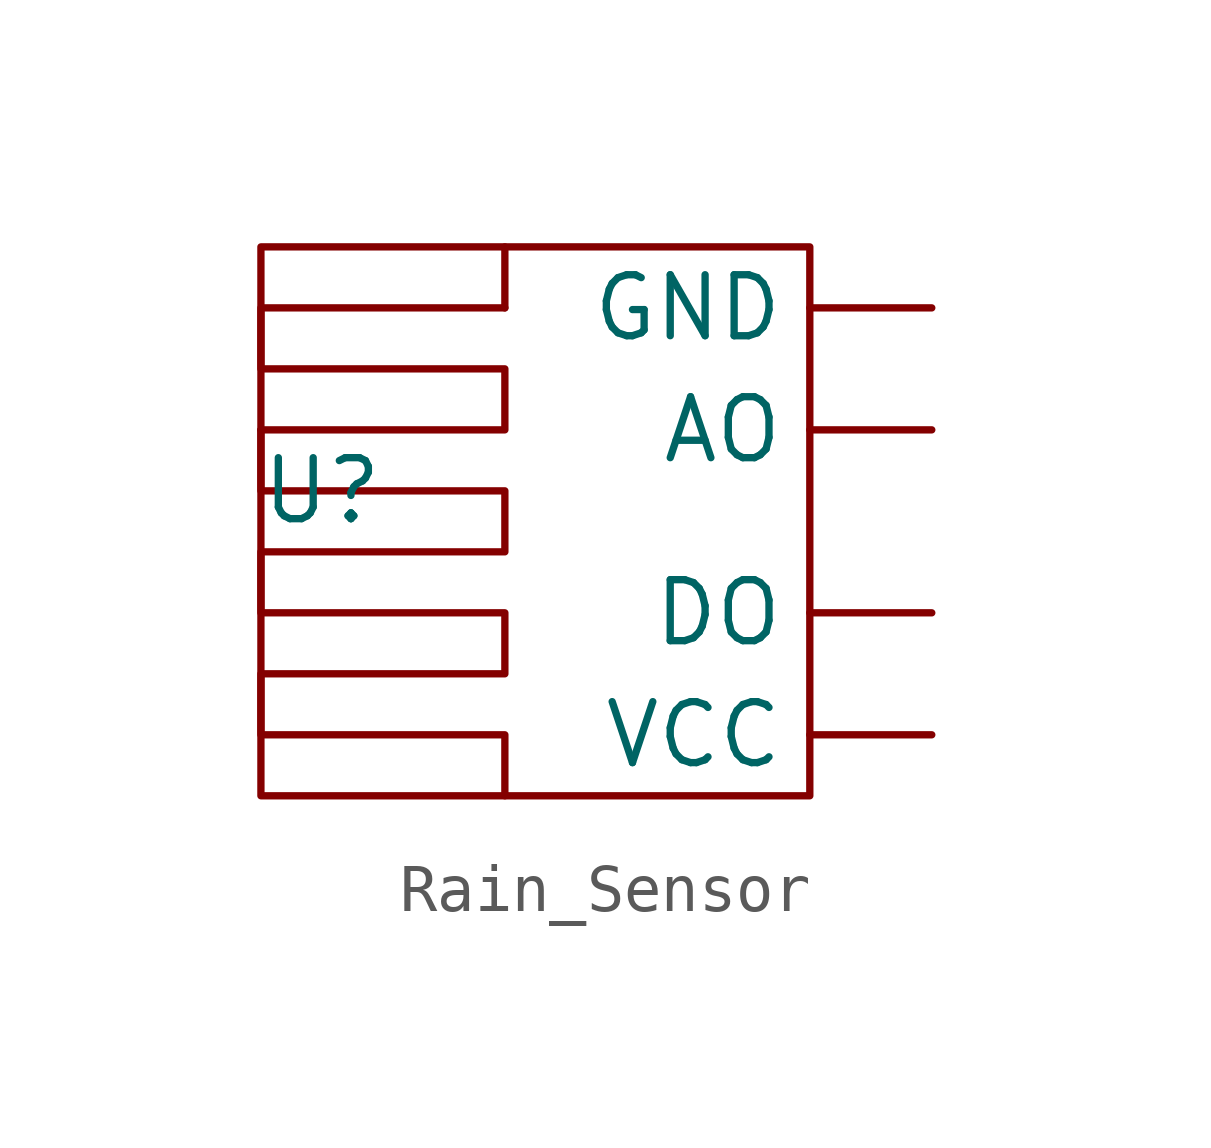
<source format=kicad_sym>
(kicad_symbol_lib
  (version 20231120)
  (generator "kicad_symbol_editor")
  (generator_version "8.0")
  (symbol "Rain_Sensor"
    (property "Reference" "U"
      (at 0 0 0)
      (effects (font (size 1.27 1.27))))
    (property "Value" ""
      (at 0 0 0)
      (effects (font (size 1.27 1.27))))
    (symbol "Rain_Sensor_0_1"
      (rectangle (start -1.27 1.27) (end -1.27 1.27) (stroke (width 0) (type default)) (fill (type none)))
      (rectangle (start -1.27 5.08) (end 10.16 -6.35) (stroke (width 0) (type default)) (fill (type none)))
      (polyline (pts (xy 3.81 3.81) (xy 3.81 5.08)) (stroke (width 0) (type default)) (fill (type none)))
      (polyline (pts (xy 3.81 -6.35) (xy 3.81 -5.08) (xy -1.27 -5.08) (xy -1.27 -3.81) (xy 3.81 -3.81) (xy 3.81 -2.54) (xy -1.27 -2.54) (xy -1.27 -1.27) (xy 3.81 -1.27) (xy 3.81 0) (xy -1.27 0) (xy -1.27 1.27) (xy 3.81 1.27) (xy 3.81 2.54) (xy -1.27 2.54) (xy -1.27 3.81) (xy 3.81 3.81)) (stroke (width 0) (type default)) (fill (type none))))
    (symbol "Rain_Sensor_1_1"
      (pin output line (at 12.7 1.27 180) (length 2.54) (name "AO" (effects (font (size 1.27 1.27)))) (number "" (effects (font (size 1.27 1.27)))))
      (pin output line (at 12.7 -2.54 180) (length 2.54) (name "DO" (effects (font (size 1.27 1.27)))) (number "" (effects (font (size 1.27 1.27)))))
      (pin power_in line (at 12.7 3.81 180) (length 2.54) (name "GND" (effects (font (size 1.27 1.27)))) (number "" (effects (font (size 1.27 1.27)))))
      (pin power_in line (at 12.7 -5.08 180) (length 2.54) (name "VCC" (effects (font (size 1.27 1.27)))) (number "" (effects (font (size 1.27 1.27))))))))
</source>
